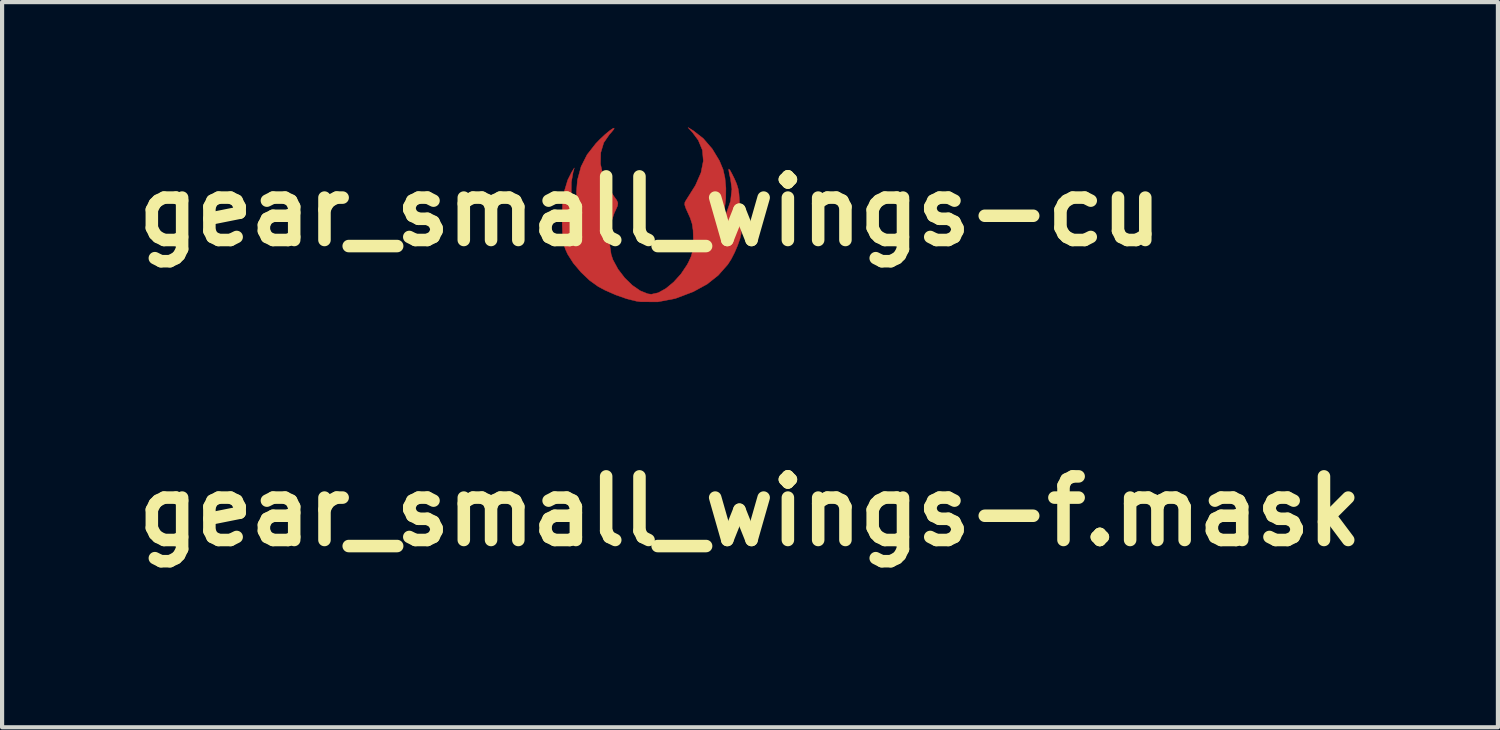
<source format=kicad_pcb>
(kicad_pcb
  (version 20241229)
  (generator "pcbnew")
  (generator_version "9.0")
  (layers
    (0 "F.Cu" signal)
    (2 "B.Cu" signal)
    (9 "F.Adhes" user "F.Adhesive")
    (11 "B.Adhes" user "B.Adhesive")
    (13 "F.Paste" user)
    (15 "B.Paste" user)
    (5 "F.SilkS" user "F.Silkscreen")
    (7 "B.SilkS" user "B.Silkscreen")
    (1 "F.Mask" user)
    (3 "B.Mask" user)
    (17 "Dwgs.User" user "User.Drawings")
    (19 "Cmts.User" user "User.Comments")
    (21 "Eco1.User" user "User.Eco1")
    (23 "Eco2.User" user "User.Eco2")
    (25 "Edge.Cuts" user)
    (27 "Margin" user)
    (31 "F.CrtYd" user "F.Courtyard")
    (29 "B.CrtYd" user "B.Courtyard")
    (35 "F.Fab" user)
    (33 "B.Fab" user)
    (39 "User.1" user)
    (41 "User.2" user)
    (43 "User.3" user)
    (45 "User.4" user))
  (footprint "gear_small_wings-f.mask"
    (layer "F.Cu")
    (at 14.921 9.199)
    (property "Reference" "gear_small_wings-f.mask" (at 0 0 0) (layer "F.SilkS") (effects (font (size 1.524 1.524) (thickness 0.3))))
    (attr through_hole)
    (fp_poly (pts (xy 1.037 -1.929) (xy 1.275 -1.743) (xy 1.489 -1.495) (xy 1.662 -1.21) (xy 1.75 -0.998) (xy 1.795 -0.796) (xy 1.817 -0.553) (xy 1.814 -0.302) (xy 1.787 -0.076) (xy 1.756 0.044) (xy 1.716 0.178) (xy 1.713 0.238) (xy 1.741 0.222) (xy 1.796 0.126) (xy 1.82 0.074) (xy 1.928 -0.241) (xy 1.961 -0.53) (xy 1.928 -0.77) (xy 1.899 -0.896) (xy 1.885 -0.986) (xy 1.887 -1.012) (xy 1.912 -0.986) (xy 1.96 -0.901) (xy 2.021 -0.779) (xy 2.074 -0.657) (xy 2.109 -0.544) (xy 2.13 -0.417) (xy 2.141 -0.252) (xy 2.147 -0.051) (xy 2.153 0.143) (xy 2.161 0.306) (xy 2.17 0.42) (xy 2.179 0.463) (xy 2.183 0.535) (xy 2.154 0.66) (xy 2.099 0.817) (xy 2.027 0.986) (xy 1.946 1.145) (xy 1.863 1.275) (xy 1.862 1.276) (xy 1.633 1.536) (xy 1.367 1.747) (xy 1.04 1.926) (xy 1.037 1.928) (xy 0.604 2.092) (xy 0.184 2.172) (xy -0.222 2.17) (xy -0.328 2.155) (xy -0.559 2.098) (xy -0.823 2.005) (xy -1.084 1.89) (xy -1.244 1.804) (xy -1.449 1.657) (xy -1.655 1.461) (xy -1.838 1.244) (xy -1.972 1.034) (xy -1.978 1.022) (xy -2.027 0.914) (xy -2.061 0.812) (xy -2.083 0.697) (xy -2.096 0.546) (xy -2.104 0.339) (xy -2.106 0.256) (xy -2.099 -0.143) (xy -2.055 -0.476) (xy -1.972 -0.751) (xy -1.881 -0.931) (xy -1.815 -1.037) (xy -1.845 -0.931) (xy -1.886 -0.694) (xy -1.888 -0.441) (xy -1.855 -0.195) (xy -1.79 0.016) (xy -1.713 0.148) (xy -1.644 0.233) (xy -1.673 0.148) (xy -1.741 -0.145) (xy -1.764 -0.461) (xy -1.74 -0.749) (xy -1.653 -1.069) (xy -1.51 -1.353) (xy -1.3 -1.622) (xy -1.2 -1.725) (xy -1.077 -1.84) (xy -0.974 -1.925) (xy -0.899 -1.978) (xy -0.86 -1.992) (xy -0.867 -1.965) (xy -0.928 -1.89) (xy -0.971 -1.844) (xy -1.11 -1.642) (xy -1.182 -1.402) (xy -1.188 -1.134) (xy -1.127 -0.852) (xy -1.001 -0.565) (xy -0.863 -0.352) (xy -0.798 -0.262) (xy -0.771 -0.197) (xy -0.781 -0.126) (xy -0.828 -0.02) (xy -0.857 0.04) (xy -0.931 0.257) (xy -0.968 0.518) (xy -0.969 0.789) (xy -0.932 1.037) (xy -0.89 1.163) (xy -0.767 1.39) (xy -0.607 1.598) (xy -0.425 1.775) (xy -0.236 1.906) (xy -0.055 1.979) (xy 0.031 1.99) (xy 0.197 1.953) (xy 0.38 1.851) (xy 0.566 1.697) (xy 0.741 1.503) (xy 0.888 1.283) (xy 0.918 1.228) (xy 0.982 1.089) (xy 1.018 0.962) (xy 1.034 0.813) (xy 1.037 0.656) (xy 1.031 0.458) (xy 1.009 0.306) (xy 0.963 0.164) (xy 0.92 0.068) (xy 0.858 -0.069) (xy 0.83 -0.153) (xy 0.834 -0.212) (xy 0.865 -0.268) (xy 0.878 -0.287) (xy 1.088 -0.621) (xy 1.221 -0.926) (xy 1.276 -1.205) (xy 1.254 -1.463) (xy 1.155 -1.702) (xy 1.022 -1.881) (xy 0.91 -2.006) (xy 1.037 -1.929)) (stroke (width 0.01) (type solid)) (fill yes) (layer "F.Mask")))
  (footprint "gear_small_wings-cu"
    (layer "F.Cu")
    (at 12.526 2.011)
    (property "Reference" "gear_small_wings-cu" (at 0 0 0) (layer "F.SilkS") (effects (font (size 1.524 1.524) (thickness 0.3))))
    (attr through_hole)
    (fp_poly (pts (xy 1.037 -1.929) (xy 1.275 -1.743) (xy 1.489 -1.495) (xy 1.662 -1.21) (xy 1.75 -0.998) (xy 1.795 -0.796) (xy 1.817 -0.553) (xy 1.814 -0.302) (xy 1.787 -0.076) (xy 1.756 0.044) (xy 1.716 0.178) (xy 1.713 0.238) (xy 1.741 0.222) (xy 1.796 0.126) (xy 1.82 0.074) (xy 1.928 -0.241) (xy 1.961 -0.53) (xy 1.928 -0.77) (xy 1.899 -0.896) (xy 1.885 -0.986) (xy 1.887 -1.012) (xy 1.912 -0.986) (xy 1.96 -0.901) (xy 2.021 -0.779) (xy 2.074 -0.657) (xy 2.109 -0.544) (xy 2.13 -0.417) (xy 2.141 -0.252) (xy 2.147 -0.051) (xy 2.153 0.143) (xy 2.161 0.306) (xy 2.17 0.42) (xy 2.179 0.463) (xy 2.183 0.535) (xy 2.154 0.66) (xy 2.099 0.817) (xy 2.027 0.986) (xy 1.946 1.145) (xy 1.863 1.275) (xy 1.862 1.276) (xy 1.633 1.536) (xy 1.367 1.747) (xy 1.04 1.926) (xy 1.037 1.928) (xy 0.604 2.092) (xy 0.184 2.172) (xy -0.222 2.17) (xy -0.328 2.155) (xy -0.559 2.098) (xy -0.823 2.005) (xy -1.084 1.89) (xy -1.244 1.804) (xy -1.449 1.657) (xy -1.655 1.461) (xy -1.838 1.244) (xy -1.972 1.034) (xy -1.978 1.022) (xy -2.027 0.914) (xy -2.061 0.812) (xy -2.083 0.697) (xy -2.096 0.546) (xy -2.104 0.339) (xy -2.106 0.256) (xy -2.099 -0.143) (xy -2.055 -0.476) (xy -1.972 -0.751) (xy -1.881 -0.931) (xy -1.815 -1.037) (xy -1.845 -0.931) (xy -1.886 -0.694) (xy -1.888 -0.441) (xy -1.855 -0.195) (xy -1.79 0.016) (xy -1.713 0.148) (xy -1.644 0.233) (xy -1.673 0.148) (xy -1.741 -0.145) (xy -1.764 -0.461) (xy -1.74 -0.749) (xy -1.653 -1.069) (xy -1.51 -1.353) (xy -1.3 -1.622) (xy -1.2 -1.725) (xy -1.077 -1.84) (xy -0.974 -1.925) (xy -0.899 -1.978) (xy -0.86 -1.992) (xy -0.867 -1.965) (xy -0.928 -1.89) (xy -0.971 -1.844) (xy -1.11 -1.642) (xy -1.182 -1.402) (xy -1.188 -1.134) (xy -1.127 -0.852) (xy -1.001 -0.565) (xy -0.863 -0.352) (xy -0.798 -0.262) (xy -0.771 -0.197) (xy -0.781 -0.126) (xy -0.828 -0.02) (xy -0.857 0.04) (xy -0.931 0.257) (xy -0.968 0.518) (xy -0.969 0.789) (xy -0.932 1.037) (xy -0.89 1.163) (xy -0.767 1.39) (xy -0.607 1.598) (xy -0.425 1.775) (xy -0.236 1.906) (xy -0.055 1.979) (xy 0.031 1.99) (xy 0.197 1.953) (xy 0.38 1.851) (xy 0.566 1.697) (xy 0.741 1.503) (xy 0.888 1.283) (xy 0.918 1.228) (xy 0.982 1.089) (xy 1.018 0.962) (xy 1.034 0.813) (xy 1.037 0.656) (xy 1.031 0.458) (xy 1.009 0.306) (xy 0.963 0.164) (xy 0.92 0.068) (xy 0.858 -0.069) (xy 0.83 -0.153) (xy 0.834 -0.212) (xy 0.865 -0.268) (xy 0.878 -0.287) (xy 1.088 -0.621) (xy 1.221 -0.926) (xy 1.276 -1.205) (xy 1.254 -1.463) (xy 1.155 -1.702) (xy 1.022 -1.881) (xy 0.91 -2.006) (xy 1.037 -1.929)) (stroke (width 0.01) (type solid)) (fill yes) (layer "F.Cu")))
  (gr_rect
    (start -3 -3)
    (end 32.841 14.376)
    (stroke (width 0.1) (type default))
    (fill no)
    (layer "Edge.Cuts")))
</source>
